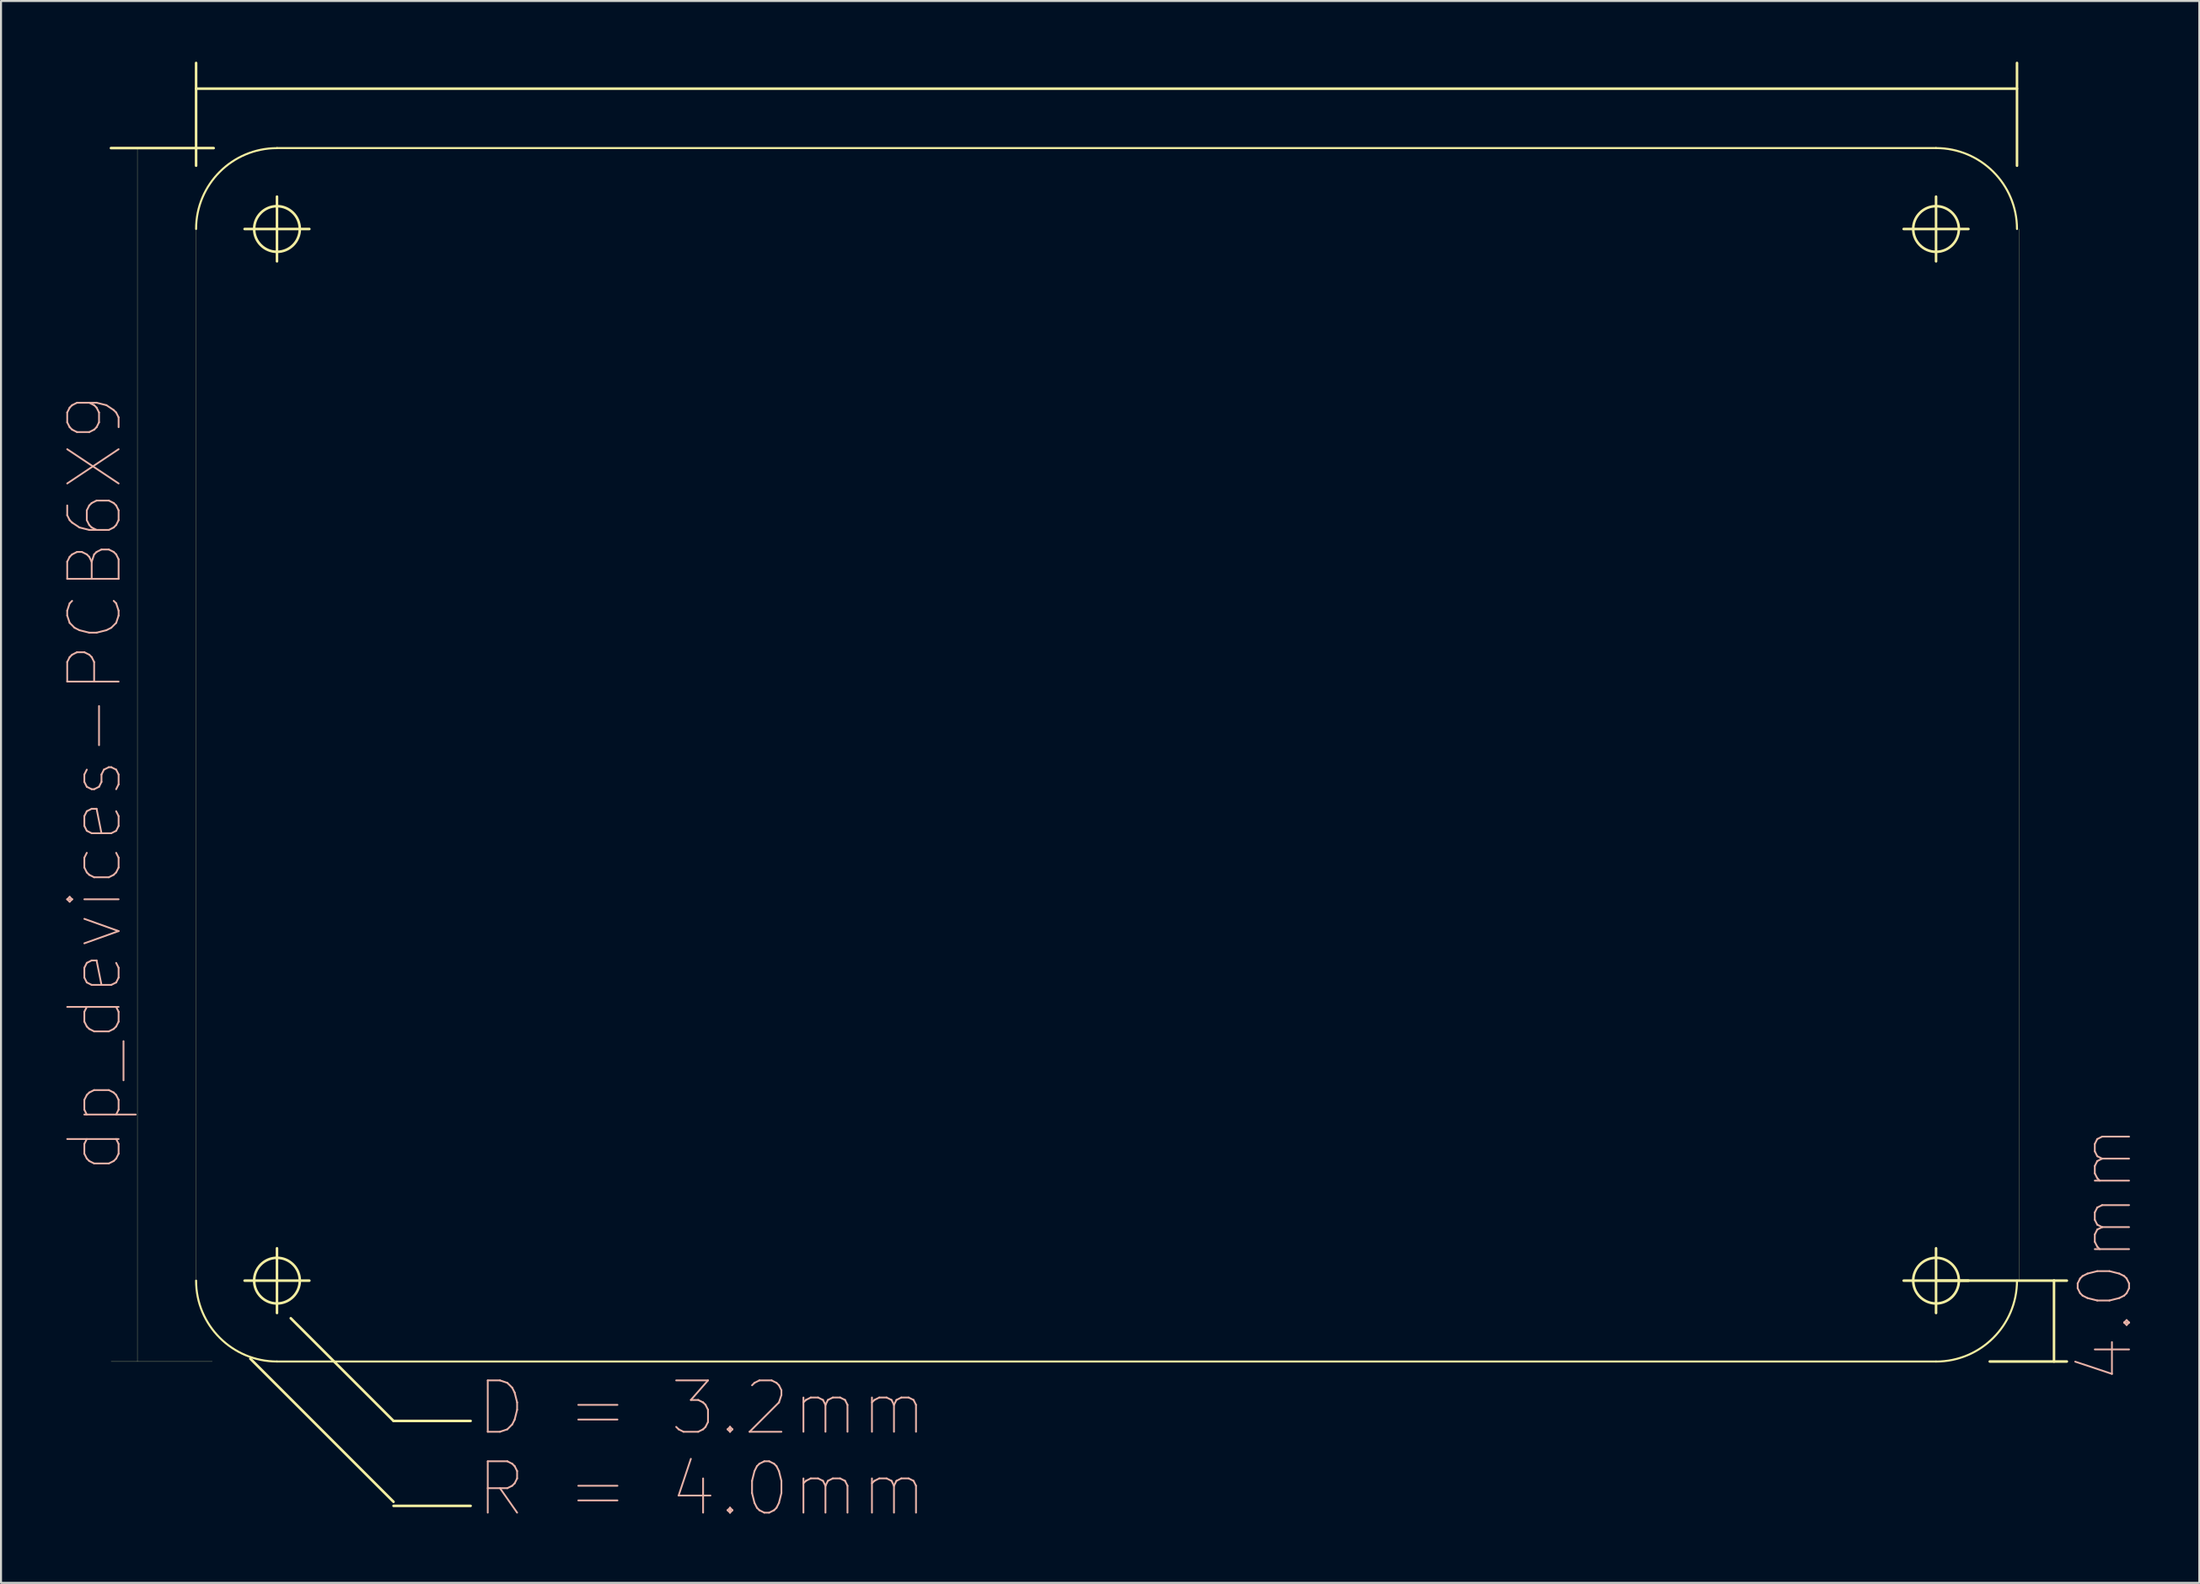
<source format=kicad_pcb>
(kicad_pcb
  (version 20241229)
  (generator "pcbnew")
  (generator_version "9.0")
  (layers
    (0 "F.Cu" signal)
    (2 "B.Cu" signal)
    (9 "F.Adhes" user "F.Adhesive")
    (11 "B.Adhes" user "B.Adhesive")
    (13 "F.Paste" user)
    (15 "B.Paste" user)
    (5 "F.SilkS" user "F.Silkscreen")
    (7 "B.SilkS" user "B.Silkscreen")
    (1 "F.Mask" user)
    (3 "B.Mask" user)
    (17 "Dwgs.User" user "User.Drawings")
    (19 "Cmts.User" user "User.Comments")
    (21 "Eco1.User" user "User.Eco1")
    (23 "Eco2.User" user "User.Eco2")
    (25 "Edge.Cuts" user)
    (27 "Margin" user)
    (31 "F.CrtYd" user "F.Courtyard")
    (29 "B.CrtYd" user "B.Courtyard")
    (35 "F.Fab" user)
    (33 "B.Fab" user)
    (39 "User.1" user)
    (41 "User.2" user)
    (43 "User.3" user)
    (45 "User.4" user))
  (footprint "dp_devices-PCB6X9"
    (layer "F.Cu")
    (at 6.642 64.272)
    (property "Reference" "dp_devices-PCB6X9" (at -5 -28.6 90) (layer "B.SilkS") (effects (font (size 2.54 2.54) (thickness 0.089))))
    (attr exclude_from_pos_files exclude_from_bom)
    (fp_line (start -4.209 -60) (end 0.869 -60) (stroke (width 0.127) (type solid)) (layer "F.SilkS"))
    (fp_line (start -2.9 0) (end -2.9 -60) (stroke (width 0.01) (type solid)) (layer "F.SilkS"))
    (fp_line (start 0 -64.209) (end 0 -59.129) (stroke (width 0.127) (type solid)) (layer "F.SilkS"))
    (fp_line (start 0 -4) (end 0 -56) (stroke (width 0.01) (type solid)) (layer "F.SilkS"))
    (fp_line (start 0.8 0) (end -4.2 0) (stroke (width 0.01) (type solid)) (layer "F.SilkS"))
    (fp_line (start 2.398 -55.999) (end 5.598 -55.999) (stroke (width 0.127) (type solid)) (layer "F.SilkS"))
    (fp_line (start 2.398 -3.998) (end 5.598 -3.998) (stroke (width 0.127) (type solid)) (layer "F.SilkS"))
    (fp_line (start 2.68 -0.14) (end 9.759 6.939) (stroke (width 0.127) (type solid)) (layer "F.SilkS"))
    (fp_line (start 3.998 -54.399) (end 3.998 -57.6) (stroke (width 0.127) (type solid)) (layer "F.SilkS"))
    (fp_line (start 3.998 -2.398) (end 3.998 -5.598) (stroke (width 0.127) (type solid)) (layer "F.SilkS"))
    (fp_line (start 3.998 0) (end 85.999 0) (stroke (width 0.1) (type solid)) (layer "F.SilkS"))
    (fp_line (start 4.679 -2.139) (end 9.759 2.939) (stroke (width 0.127) (type solid)) (layer "F.SilkS"))
    (fp_line (start 9.759 2.939) (end 13.569 2.939) (stroke (width 0.127) (type solid)) (layer "F.SilkS"))
    (fp_line (start 9.759 7.139) (end 13.569 7.139) (stroke (width 0.127) (type solid)) (layer "F.SilkS"))
    (fp_line (start 84.399 -55.999) (end 87.6 -55.999) (stroke (width 0.127) (type solid)) (layer "F.SilkS"))
    (fp_line (start 84.399 -3.998) (end 87.6 -3.998) (stroke (width 0.127) (type solid)) (layer "F.SilkS"))
    (fp_line (start 85.999 -60) (end 3.998 -60) (stroke (width 0.1) (type solid)) (layer "F.SilkS"))
    (fp_line (start 85.999 -54.399) (end 85.999 -57.6) (stroke (width 0.127) (type solid)) (layer "F.SilkS"))
    (fp_line (start 85.999 -3.998) (end 91.829 -3.998) (stroke (width 0.127) (type solid)) (layer "F.SilkS"))
    (fp_line (start 85.999 -2.398) (end 85.999 -5.598) (stroke (width 0.127) (type solid)) (layer "F.SilkS"))
    (fp_line (start 88.654 0) (end 92.464 0) (stroke (width 0.127) (type solid)) (layer "F.SilkS"))
    (fp_line (start 90 -64.209) (end 90 -59.129) (stroke (width 0.127) (type solid)) (layer "F.SilkS"))
    (fp_line (start 90 -62.939) (end 0 -62.939) (stroke (width 0.127) (type solid)) (layer "F.SilkS"))
    (fp_line (start 90.1 -56) (end 90.1 -4) (stroke (width 0.01) (type solid)) (layer "F.SilkS"))
    (fp_line (start 91.829 -3.998) (end 91.829 0) (stroke (width 0.127) (type solid)) (layer "F.SilkS"))
    (fp_line (start 91.829 -3.998) (end 92.464 -3.998) (stroke (width 0.127) (type solid)) (layer "F.SilkS"))
    (fp_arc (start 0 -55.99932) (mid 1.170975 -58.826305) (end 3.99796 -59.99728) (stroke (width 0.1) (type solid)) (layer "F.SilkS"))
    (fp_arc (start 3.99796 0) (mid 1.170975 -1.170975) (end 0 -3.99796) (stroke (width 0.1) (type solid)) (layer "F.SilkS"))
    (fp_arc (start 85.99932 -59.99982) (mid 88.828101 -58.828101) (end 89.99982 -55.99932) (stroke (width 0.1) (type solid)) (layer "F.SilkS"))
    (fp_arc (start 89.99982 -3.99796) (mid 88.828101 -1.169179) (end 85.99932 0.00254) (stroke (width 0.1) (type solid)) (layer "F.SilkS"))
    (fp_circle (center 3.998 -55.999) (end 4.796 -56.797) (stroke (width 0.127) (type solid)) (fill no) (layer "F.SilkS"))
    (fp_circle (center 3.998 -3.998) (end 4.796 -4.796) (stroke (width 0.127) (type solid)) (fill no) (layer "F.SilkS"))
    (fp_circle (center 85.999 -55.999) (end 86.797 -56.797) (stroke (width 0.127) (type solid)) (fill no) (layer "F.SilkS"))
    (fp_circle (center 85.999 -3.998) (end 86.797 -4.796) (stroke (width 0.127) (type solid)) (fill no) (layer "F.SilkS"))
    (fp_text user "R = 4.0mm" (at 24.999 6.304 0) (layer "B.SilkS") (effects (font (size 2.54 2.54) (thickness 0.089))))
    (fp_text user "4.0mm" (at 94.369 -5.314 90) (layer "B.SilkS") (effects (font (size 2.54 2.54) (thickness 0.089))))
    (fp_text user "D = 3.2mm" (at 24.999 2.304 0) (layer "B.SilkS") (effects (font (size 2.54 2.54) (thickness 0.089)))))
  (gr_rect
    (start -3 -3)
    (end 105.652 75.218)
    (stroke (width 0.1) (type default))
    (fill no)
    (layer "Edge.Cuts")))
</source>
